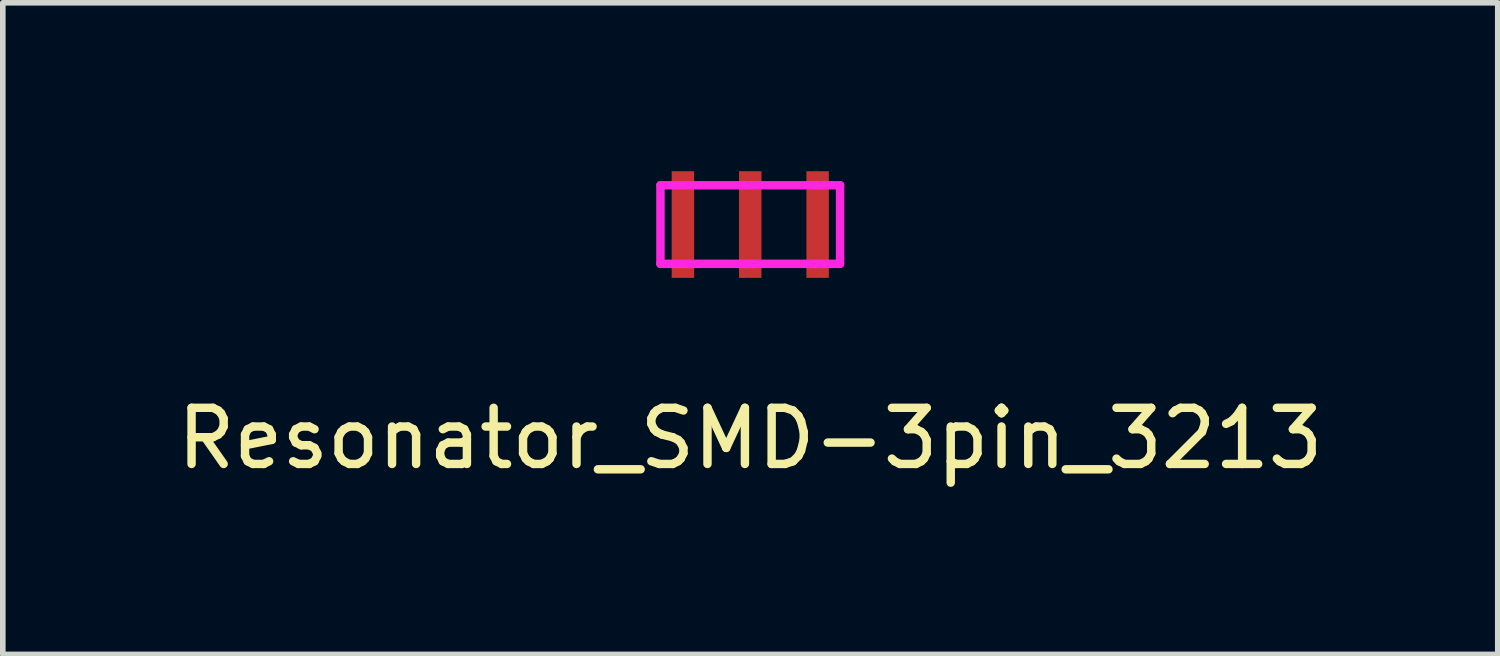
<source format=kicad_pcb>
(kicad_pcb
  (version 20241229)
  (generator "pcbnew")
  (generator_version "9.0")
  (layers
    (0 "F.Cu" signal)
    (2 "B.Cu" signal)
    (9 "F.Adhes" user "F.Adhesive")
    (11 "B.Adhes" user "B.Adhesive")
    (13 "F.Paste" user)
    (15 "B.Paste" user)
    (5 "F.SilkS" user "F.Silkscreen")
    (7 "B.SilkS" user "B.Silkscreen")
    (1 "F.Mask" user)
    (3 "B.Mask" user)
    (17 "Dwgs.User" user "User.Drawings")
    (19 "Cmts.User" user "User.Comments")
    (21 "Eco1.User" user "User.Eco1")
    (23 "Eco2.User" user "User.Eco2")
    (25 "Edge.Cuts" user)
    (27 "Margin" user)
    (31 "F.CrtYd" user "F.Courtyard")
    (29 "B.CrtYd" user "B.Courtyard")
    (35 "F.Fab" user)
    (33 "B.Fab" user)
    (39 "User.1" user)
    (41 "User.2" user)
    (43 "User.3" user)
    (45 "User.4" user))
  (footprint "Resonator_SMD-3pin_3213"
    (layer "F.Cu")
    (at 10.315 0.95)
    (property "Reference" "Resonator_SMD-3pin_3213" (at 0 3.81 0) (layer "F.SilkS") (effects (font (size 1 1) (thickness 0.15))))
    (attr smd)
    (fp_line (start -1.6 -0.7) (end -1.6 0.7) (stroke (width 0.15) (type solid)) (layer "F.CrtYd"))
    (fp_line (start -1.6 -0.7) (end 1.6 -0.7) (stroke (width 0.15) (type solid)) (layer "F.CrtYd"))
    (fp_line (start -1.6 0.7) (end 1.6 0.7) (stroke (width 0.15) (type solid)) (layer "F.CrtYd"))
    (fp_line (start 1.6 -0.7) (end 1.6 0.7) (stroke (width 0.15) (type solid)) (layer "F.CrtYd"))
    (pad "1" smd rect (at -1.2 0 270) (size 1.9 0.4) (layers "F.Cu" "F.Mask" "F.Paste"))
    (pad "2" smd rect (at 0 0 270) (size 1.9 0.4) (layers "F.Cu" "F.Mask" "F.Paste"))
    (pad "3" smd rect (at 1.2 0 270) (size 1.9 0.4) (layers "F.Cu" "F.Mask" "F.Paste")))
  (gr_rect
    (start -3 -3)
    (end 23.631 8.608)
    (stroke (width 0.1) (type default))
    (fill no)
    (layer "Edge.Cuts")))
</source>
